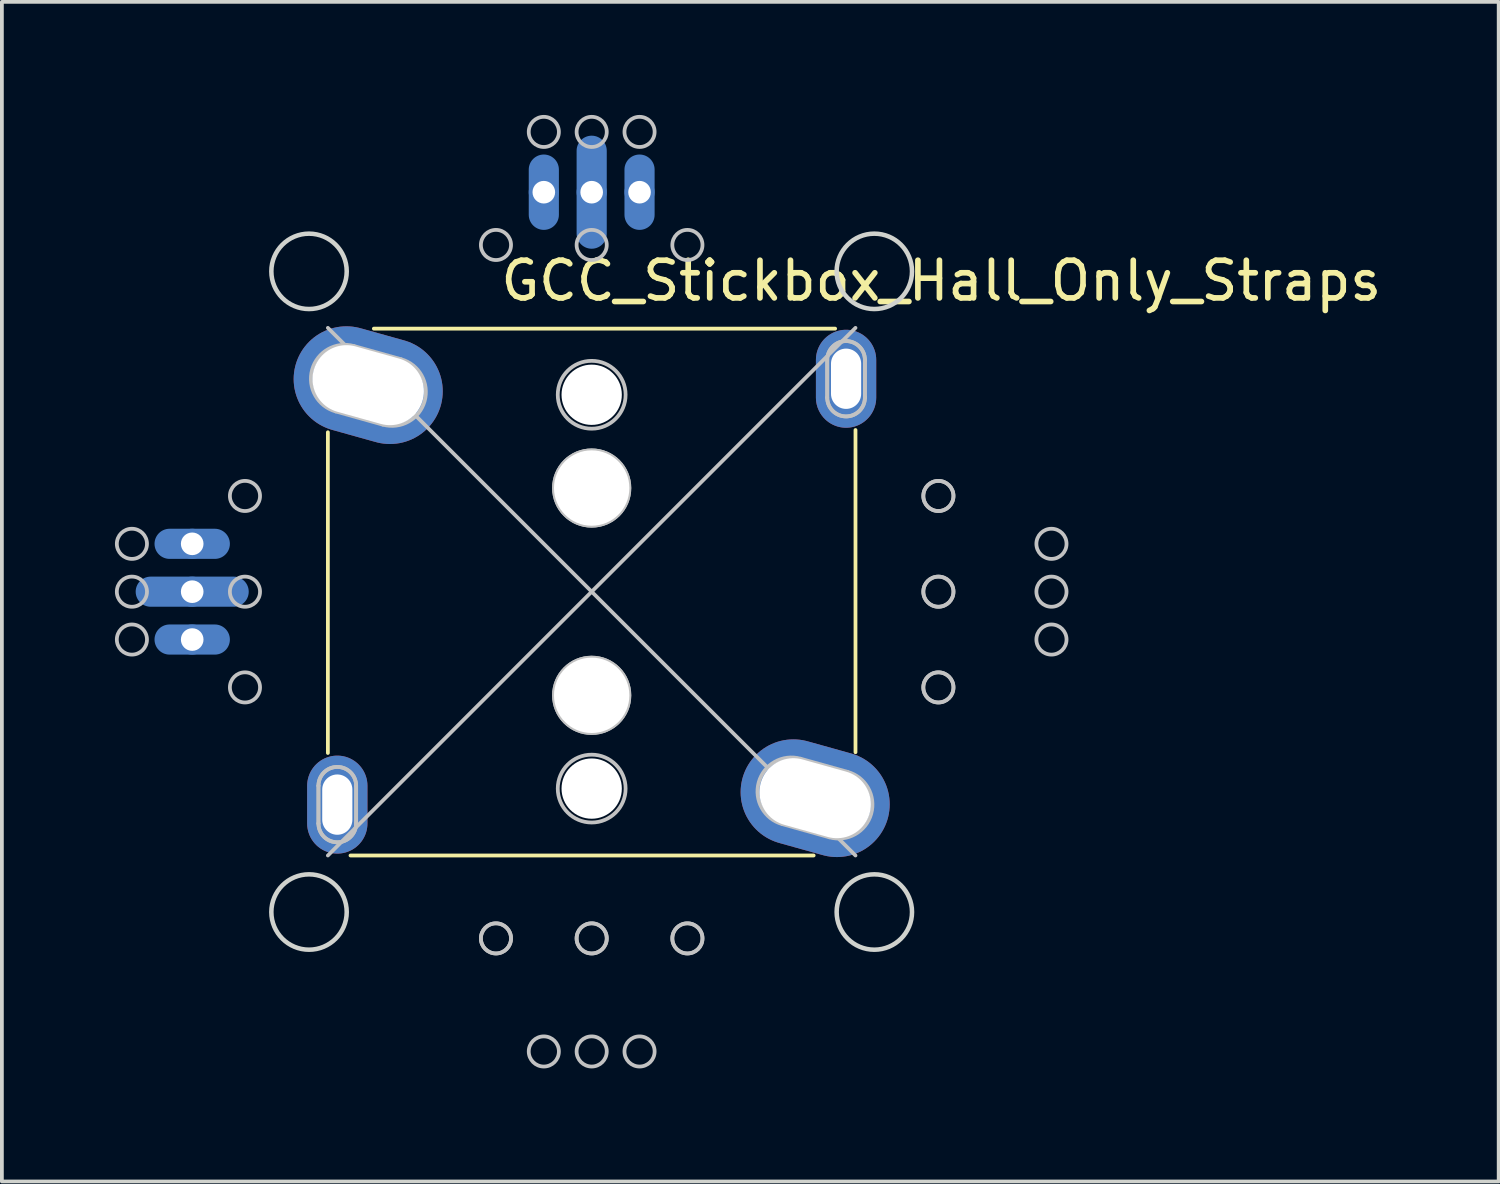
<source format=kicad_pcb>
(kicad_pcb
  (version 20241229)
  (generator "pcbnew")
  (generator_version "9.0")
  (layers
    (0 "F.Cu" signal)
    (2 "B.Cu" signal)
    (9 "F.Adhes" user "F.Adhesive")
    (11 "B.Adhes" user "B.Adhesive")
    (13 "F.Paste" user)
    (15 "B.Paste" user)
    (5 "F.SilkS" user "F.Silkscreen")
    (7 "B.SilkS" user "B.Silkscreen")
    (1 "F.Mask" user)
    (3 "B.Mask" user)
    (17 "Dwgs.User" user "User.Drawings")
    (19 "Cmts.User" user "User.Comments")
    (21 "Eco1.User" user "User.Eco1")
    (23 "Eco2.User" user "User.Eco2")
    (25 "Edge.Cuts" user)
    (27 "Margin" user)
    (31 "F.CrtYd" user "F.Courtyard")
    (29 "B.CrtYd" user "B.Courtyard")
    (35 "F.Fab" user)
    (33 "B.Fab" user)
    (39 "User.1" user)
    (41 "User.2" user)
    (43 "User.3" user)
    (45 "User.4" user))
  (footprint "GCC_Stickbox_Hall_Only_Straps"
    (layer "F.Cu")
    (at 12.65 12.65)
    (property "Reference" "GCC_Stickbox_Hall_Only_Straps" (at 9.275 -8.25 180) (layer "F.SilkS") (effects (font (size 1 1) (thickness 0.15))))
    (attr through_hole)
    (fp_line (start -7 -4.23) (end -7 4.28) (stroke (width 0.1) (type solid)) (layer "F.SilkS"))
    (fp_line (start -6.4 7) (end 5.89 7) (stroke (width 0.1) (type solid)) (layer "F.SilkS"))
    (fp_line (start -5.78 -6.98) (end 6.46 -6.98) (stroke (width 0.1) (type solid)) (layer "F.SilkS"))
    (fp_line (start 7 -4.29) (end 7 4.26) (stroke (width 0.1) (type solid)) (layer "F.SilkS"))
    (fp_line (start -7.25 5.15) (end -7.25 6.15) (stroke (width 0.1) (type solid)) (layer "Dwgs.User"))
    (fp_line (start -7.25 5.15) (end -7.25 6.15) (stroke (width 0.1) (type solid)) (layer "Dwgs.User"))
    (fp_line (start -7 -7) (end 7 7) (stroke (width 0.1) (type solid)) (layer "Dwgs.User"))
    (fp_line (start -6.793 -4.783) (end -5.543 -4.433) (stroke (width 0.1) (type solid)) (layer "Dwgs.User"))
    (fp_line (start -6.25 5.15) (end -6.25 6.15) (stroke (width 0.1) (type solid)) (layer "Dwgs.User"))
    (fp_line (start -6.25 6.15) (end -6.25 5.15) (stroke (width 0.1) (type solid)) (layer "Dwgs.User"))
    (fp_line (start -5.057 -6.167) (end -6.307 -6.517) (stroke (width 0.1) (type solid)) (layer "Dwgs.User"))
    (fp_line (start 5.057 6.167) (end 6.307 6.517) (stroke (width 0.1) (type solid)) (layer "Dwgs.User"))
    (fp_line (start 6.25 -6.15) (end 6.25 -5.15) (stroke (width 0.1) (type solid)) (layer "Dwgs.User"))
    (fp_line (start 6.25 -6.15) (end 6.25 -5.15) (stroke (width 0.1) (type solid)) (layer "Dwgs.User"))
    (fp_line (start 6.793 4.783) (end 5.543 4.433) (stroke (width 0.1) (type solid)) (layer "Dwgs.User"))
    (fp_line (start 7 -7) (end -7 7) (stroke (width 0.1) (type solid)) (layer "Dwgs.User"))
    (fp_line (start 7.25 -6.15) (end 7.25 -5.15) (stroke (width 0.1) (type solid)) (layer "Dwgs.User"))
    (fp_line (start 7.25 -5.15) (end 7.25 -6.15) (stroke (width 0.1) (type solid)) (layer "Dwgs.User"))
    (fp_arc (start -7.25 5.15) (mid -6.75 4.65) (end -6.25 5.15) (stroke (width 0.1) (type solid)) (layer "Dwgs.User"))
    (fp_arc (start -7.25 5.15) (mid -6.75 4.65) (end -6.25 5.15) (stroke (width 0.1) (type solid)) (layer "Dwgs.User"))
    (fp_arc (start -6.792666 -4.783332) (mid -7.416668 -5.892666) (end -6.307334 -6.516668) (stroke (width 0.1) (type solid)) (layer "Dwgs.User"))
    (fp_arc (start -6.25 6.15) (mid -6.75 6.65) (end -7.25 6.15) (stroke (width 0.1) (type solid)) (layer "Dwgs.User"))
    (fp_arc (start -6.25 6.15) (mid -6.75 6.65) (end -7.25 6.15) (stroke (width 0.1) (type solid)) (layer "Dwgs.User"))
    (fp_arc (start -5.057333 -6.166667) (mid -4.433333 -5.057333) (end -5.542667 -4.433333) (stroke (width 0.1) (type solid)) (layer "Dwgs.User"))
    (fp_arc (start 5.057334 6.166668) (mid 4.433332 5.057334) (end 5.542666 4.433332) (stroke (width 0.1) (type solid)) (layer "Dwgs.User"))
    (fp_arc (start 6.25 -6.15) (mid 6.75 -6.65) (end 7.25 -6.15) (stroke (width 0.1) (type solid)) (layer "Dwgs.User"))
    (fp_arc (start 6.25 -6.15) (mid 6.75 -6.65) (end 7.25 -6.15) (stroke (width 0.1) (type solid)) (layer "Dwgs.User"))
    (fp_arc (start 6.792667 4.783333) (mid 7.416667 5.892667) (end 6.307333 6.516667) (stroke (width 0.1) (type solid)) (layer "Dwgs.User"))
    (fp_arc (start 7.25 -5.15) (mid 6.75 -4.65) (end 6.25 -5.15) (stroke (width 0.1) (type solid)) (layer "Dwgs.User"))
    (fp_arc (start 7.25 -5.15) (mid 6.75 -4.65) (end 6.25 -5.15) (stroke (width 0.1) (type solid)) (layer "Dwgs.User"))
    (fp_circle (center -12.2 -1.27) (end -11.8 -1.27) (stroke (width 0.1) (type solid)) (fill no) (layer "Dwgs.User"))
    (fp_circle (center -12.2 0) (end -11.8 0) (stroke (width 0.1) (type solid)) (fill no) (layer "Dwgs.User"))
    (fp_circle (center -12.2 1.27) (end -11.8 1.27) (stroke (width 0.1) (type solid)) (fill no) (layer "Dwgs.User"))
    (fp_circle (center -9.2 -2.54) (end -8.8 -2.54) (stroke (width 0.1) (type solid)) (fill no) (layer "Dwgs.User"))
    (fp_circle (center -9.2 0) (end -8.8 0) (stroke (width 0.1) (type solid)) (fill no) (layer "Dwgs.User"))
    (fp_circle (center -9.2 2.54) (end -8.8 2.54) (stroke (width 0.1) (type solid)) (fill no) (layer "Dwgs.User"))
    (fp_circle (center -2.54 -9.2) (end -2.14 -9.2) (stroke (width 0.1) (type solid)) (fill no) (layer "Dwgs.User"))
    (fp_circle (center -2.54 9.2) (end -2.14 9.2) (stroke (width 0.1) (type solid)) (fill no) (layer "Dwgs.User"))
    (fp_circle (center -2.54 9.2) (end -2.14 9.2) (stroke (width 0.1) (type solid)) (fill no) (layer "Dwgs.User"))
    (fp_circle (center -1.27 -12.2) (end -0.87 -12.2) (stroke (width 0.1) (type solid)) (fill no) (layer "Dwgs.User"))
    (fp_circle (center -1.27 12.2) (end -0.87 12.2) (stroke (width 0.1) (type solid)) (fill no) (layer "Dwgs.User"))
    (fp_circle (center 0 -12.2) (end 0.4 -12.2) (stroke (width 0.1) (type solid)) (fill no) (layer "Dwgs.User"))
    (fp_circle (center 0 -9.2) (end 0.4 -9.2) (stroke (width 0.1) (type solid)) (fill no) (layer "Dwgs.User"))
    (fp_circle (center 0 -5.225) (end 0.9 -5.225) (stroke (width 0.1) (type solid)) (fill no) (layer "Dwgs.User"))
    (fp_circle (center 0 -2.75) (end 1 -2.75) (stroke (width 0.1) (type solid)) (fill no) (layer "Dwgs.User"))
    (fp_circle (center 0 -2.75) (end 1 -2.75) (stroke (width 0.1) (type solid)) (fill no) (layer "Dwgs.User"))
    (fp_circle (center 0 2.75) (end 1 2.75) (stroke (width 0.1) (type solid)) (fill no) (layer "Dwgs.User"))
    (fp_circle (center 0 2.75) (end 1 2.75) (stroke (width 0.1) (type solid)) (fill no) (layer "Dwgs.User"))
    (fp_circle (center 0 5.225) (end 0.9 5.225) (stroke (width 0.1) (type solid)) (fill no) (layer "Dwgs.User"))
    (fp_circle (center 0 9.2) (end 0.4 9.2) (stroke (width 0.1) (type solid)) (fill no) (layer "Dwgs.User"))
    (fp_circle (center 0 9.2) (end 0.4 9.2) (stroke (width 0.1) (type solid)) (fill no) (layer "Dwgs.User"))
    (fp_circle (center 0 12.2) (end 0.4 12.2) (stroke (width 0.1) (type solid)) (fill no) (layer "Dwgs.User"))
    (fp_circle (center 1.27 -12.2) (end 1.67 -12.2) (stroke (width 0.1) (type solid)) (fill no) (layer "Dwgs.User"))
    (fp_circle (center 1.27 12.2) (end 1.67 12.2) (stroke (width 0.1) (type solid)) (fill no) (layer "Dwgs.User"))
    (fp_circle (center 2.54 -9.2) (end 2.94 -9.2) (stroke (width 0.1) (type solid)) (fill no) (layer "Dwgs.User"))
    (fp_circle (center 2.54 9.2) (end 2.94 9.2) (stroke (width 0.1) (type solid)) (fill no) (layer "Dwgs.User"))
    (fp_circle (center 2.54 9.2) (end 2.94 9.2) (stroke (width 0.1) (type solid)) (fill no) (layer "Dwgs.User"))
    (fp_circle (center 9.2 -2.54) (end 9.6 -2.54) (stroke (width 0.1) (type solid)) (fill no) (layer "Dwgs.User"))
    (fp_circle (center 9.2 -2.54) (end 9.6 -2.54) (stroke (width 0.1) (type solid)) (fill no) (layer "Dwgs.User"))
    (fp_circle (center 9.2 0) (end 9.6 0) (stroke (width 0.1) (type solid)) (fill no) (layer "Dwgs.User"))
    (fp_circle (center 9.2 0) (end 9.6 0) (stroke (width 0.1) (type solid)) (fill no) (layer "Dwgs.User"))
    (fp_circle (center 9.2 2.54) (end 9.6 2.54) (stroke (width 0.1) (type solid)) (fill no) (layer "Dwgs.User"))
    (fp_circle (center 9.2 2.54) (end 9.6 2.54) (stroke (width 0.1) (type solid)) (fill no) (layer "Dwgs.User"))
    (fp_circle (center 12.2 -1.27) (end 12.6 -1.27) (stroke (width 0.1) (type solid)) (fill no) (layer "Dwgs.User"))
    (fp_circle (center 12.2 0) (end 12.6 0) (stroke (width 0.1) (type solid)) (fill no) (layer "Dwgs.User"))
    (fp_circle (center 12.2 1.27) (end 12.6 1.27) (stroke (width 0.1) (type solid)) (fill no) (layer "Dwgs.User"))
    (fp_circle (center -7.5 -8.5) (end -6.5 -8.5) (stroke (width 0.12) (type solid)) (fill no) (layer "Edge.Cuts"))
    (fp_circle (center -7.5 8.5) (end -6.5 8.5) (stroke (width 0.12) (type solid)) (fill no) (layer "Edge.Cuts"))
    (fp_circle (center 7.5 -8.5) (end 8.5 -8.5) (stroke (width 0.12) (type solid)) (fill no) (layer "Edge.Cuts"))
    (fp_circle (center 7.5 8.5) (end 8.5 8.5) (stroke (width 0.12) (type solid)) (fill no) (layer "Edge.Cuts"))
    (pad "" thru_hole oval (at -6.75 5.65) (size 1.6 2.6) (drill oval 0.8 1.6) (layers "*.Cu" "*.Mask"))
    (pad "" thru_hole oval (at -5.93 -5.48 74.4) (size 2.8 4) (drill oval 1.8 3) (layers "*.Cu" "*.Mask"))
    (pad "" np_thru_hole circle (at 0 -5.225) (size 1.6 1.6) (drill 1.6) (layers "*.Cu" "*.Mask"))
    (pad "" np_thru_hole circle (at 0 -2.75) (size 2 2) (drill 2) (layers "*.Cu" "*.Mask"))
    (pad "" np_thru_hole circle (at 0 2.75) (size 2 2) (drill 2) (layers "*.Cu" "*.Mask"))
    (pad "" np_thru_hole circle (at 0 5.225) (size 1.6 1.6) (drill 1.6) (layers "*.Cu" "*.Mask"))
    (pad "" thru_hole oval (at 5.93 5.48 74.4) (size 2.8 4) (drill oval 1.8 3) (layers "*.Cu" "*.Mask"))
    (pad "" thru_hole oval (at 6.75 -5.65) (size 1.6 2.6) (drill oval 0.8 1.6) (layers "*.Cu" "*.Mask"))
    (pad "1" thru_hole circle (at 1.27 -10.6) (size 0.8 0.8) (drill 0.6) (layers "*.Cu" "B.Mask") (remove_unused_layers yes) (zone_layer_connections))
    (pad "1" smd oval (at 1.27 -10.6) (size 0.8 2) (layers "B.Cu" "B.Mask"))
    (pad "2" thru_hole circle (at 0 -10.6) (size 0.8 0.8) (drill 0.6) (layers "*.Cu" "B.Mask") (remove_unused_layers yes) (zone_layer_connections))
    (pad "2" smd oval (at 0 -10.6) (size 0.8 3) (layers "B.Cu" "B.Mask"))
    (pad "3" thru_hole circle (at -1.27 -10.6) (size 0.8 0.8) (drill 0.6) (layers "*.Cu" "B.Mask") (remove_unused_layers yes) (zone_layer_connections))
    (pad "3" smd oval (at -1.27 -10.6) (size 0.8 2) (layers "B.Cu" "B.Mask"))
    (pad "4" thru_hole circle (at -10.6 -1.27) (size 0.8 0.8) (drill 0.6) (layers "*.Cu" "B.Mask") (remove_unused_layers yes) (zone_layer_connections))
    (pad "4" smd oval (at -10.6 -1.27 90) (size 0.8 2) (layers "B.Cu" "B.Mask"))
    (pad "5" thru_hole circle (at -10.6 0) (size 0.8 0.8) (drill 0.6) (layers "*.Cu" "B.Mask") (remove_unused_layers yes) (zone_layer_connections))
    (pad "5" smd oval (at -10.6 0 90) (size 0.8 3) (layers "B.Cu" "B.Mask"))
    (pad "6" thru_hole circle (at -10.6 1.27) (size 0.8 0.8) (drill 0.6) (layers "*.Cu" "B.Mask") (remove_unused_layers yes) (zone_layer_connections))
    (pad "6" smd oval (at -10.6 1.27 90) (size 0.8 2) (layers "B.Cu" "B.Mask")))
  (gr_rect
    (start -3 -3)
    (end 36.717 28.3)
    (stroke (width 0.1) (type default))
    (fill no)
    (layer "Edge.Cuts")))
</source>
